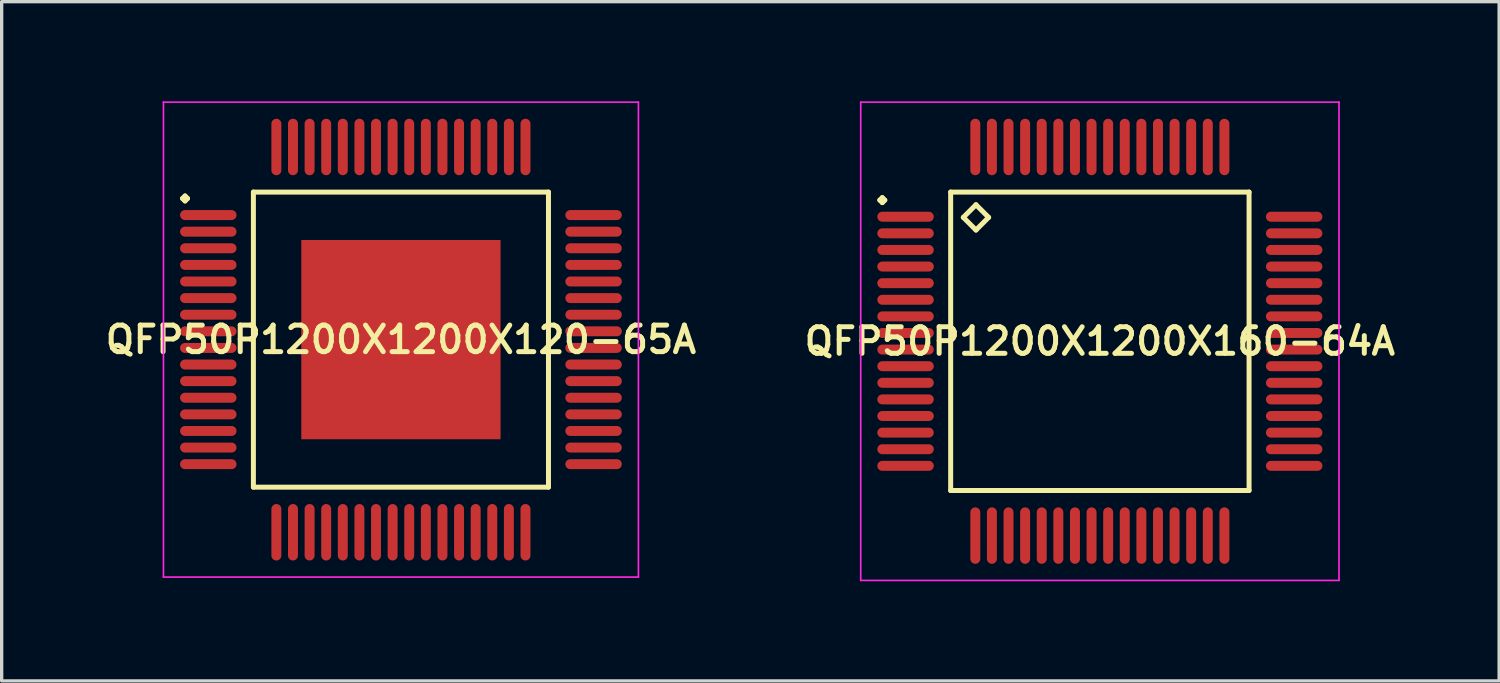
<source format=kicad_pcb>
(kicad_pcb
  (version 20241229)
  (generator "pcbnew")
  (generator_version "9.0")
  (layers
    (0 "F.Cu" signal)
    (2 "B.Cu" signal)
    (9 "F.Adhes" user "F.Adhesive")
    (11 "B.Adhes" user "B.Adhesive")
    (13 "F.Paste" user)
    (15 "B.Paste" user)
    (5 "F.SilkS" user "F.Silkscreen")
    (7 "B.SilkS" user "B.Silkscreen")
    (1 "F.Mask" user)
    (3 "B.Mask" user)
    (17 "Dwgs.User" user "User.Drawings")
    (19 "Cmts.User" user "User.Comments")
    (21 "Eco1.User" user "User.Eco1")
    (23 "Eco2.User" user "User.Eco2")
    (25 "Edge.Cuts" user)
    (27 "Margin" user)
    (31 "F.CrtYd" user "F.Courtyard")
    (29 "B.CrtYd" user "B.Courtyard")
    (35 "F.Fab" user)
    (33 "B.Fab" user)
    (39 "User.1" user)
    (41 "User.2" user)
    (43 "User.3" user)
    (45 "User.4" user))
  (footprint "QFP50P1200X1200X160-64A"
    (layer "F.Cu")
    (at 30.064 7.225)
    (property "Reference" "QFP50P1200X1200X160-64A" (at 0 0 0) (layer "F.SilkS") (effects (font (size 0.8 0.8) (thickness 0.15))))
    (attr smd)
    (fp_line (start -6.625 -4.25) (end -6.55 -4.325) (stroke (width 0.15) (type solid)) (layer "F.SilkS"))
    (fp_line (start -6.55 -4.325) (end -6.475 -4.25) (stroke (width 0.15) (type solid)) (layer "F.SilkS"))
    (fp_line (start -6.55 -4.175) (end -6.625 -4.25) (stroke (width 0.15) (type solid)) (layer "F.SilkS"))
    (fp_line (start -6.475 -4.25) (end -6.55 -4.175) (stroke (width 0.15) (type solid)) (layer "F.SilkS"))
    (fp_line (start -4.492 -4.492) (end -4.492 4.492) (stroke (width 0.15) (type solid)) (layer "F.SilkS"))
    (fp_line (start -4.492 4.492) (end 4.492 4.492) (stroke (width 0.15) (type solid)) (layer "F.SilkS"))
    (fp_line (start -4.111 -3.73) (end -3.73 -4.111) (stroke (width 0.15) (type solid)) (layer "F.SilkS"))
    (fp_line (start -3.73 -4.111) (end -3.349 -3.73) (stroke (width 0.15) (type solid)) (layer "F.SilkS"))
    (fp_line (start -3.73 -3.349) (end -4.111 -3.73) (stroke (width 0.15) (type solid)) (layer "F.SilkS"))
    (fp_line (start -3.349 -3.73) (end -3.73 -3.349) (stroke (width 0.15) (type solid)) (layer "F.SilkS"))
    (fp_line (start 4.492 -4.492) (end -4.492 -4.492) (stroke (width 0.15) (type solid)) (layer "F.SilkS"))
    (fp_line (start 4.492 4.492) (end 4.492 -4.492) (stroke (width 0.15) (type solid)) (layer "F.SilkS"))
    (fp_line (start -7.2 -7.2) (end 7.2 -7.2) (stroke (width 0.05) (type solid)) (layer "F.CrtYd"))
    (fp_line (start -7.2 7.2) (end -7.2 -7.2) (stroke (width 0.05) (type solid)) (layer "F.CrtYd"))
    (fp_line (start 7.2 -7.2) (end 7.2 7.2) (stroke (width 0.05) (type solid)) (layer "F.CrtYd"))
    (fp_line (start 7.2 7.2) (end -7.2 7.2) (stroke (width 0.05) (type solid)) (layer "F.CrtYd"))
    (pad "1" smd oval (at -5.85 -3.75) (size 1.7 0.3) (layers "F.Cu" "F.Mask" "F.Paste"))
    (pad "2" smd oval (at -5.85 -3.25) (size 1.7 0.3) (layers "F.Cu" "F.Mask" "F.Paste"))
    (pad "3" smd oval (at -5.85 -2.75) (size 1.7 0.3) (layers "F.Cu" "F.Mask" "F.Paste"))
    (pad "4" smd oval (at -5.85 -2.25) (size 1.7 0.3) (layers "F.Cu" "F.Mask" "F.Paste"))
    (pad "5" smd oval (at -5.85 -1.75) (size 1.7 0.3) (layers "F.Cu" "F.Mask" "F.Paste"))
    (pad "6" smd oval (at -5.85 -1.25) (size 1.7 0.3) (layers "F.Cu" "F.Mask" "F.Paste"))
    (pad "7" smd oval (at -5.85 -0.75) (size 1.7 0.3) (layers "F.Cu" "F.Mask" "F.Paste"))
    (pad "8" smd oval (at -5.85 -0.25) (size 1.7 0.3) (layers "F.Cu" "F.Mask" "F.Paste"))
    (pad "9" smd oval (at -5.85 0.25) (size 1.7 0.3) (layers "F.Cu" "F.Mask" "F.Paste"))
    (pad "10" smd oval (at -5.85 0.75) (size 1.7 0.3) (layers "F.Cu" "F.Mask" "F.Paste"))
    (pad "11" smd oval (at -5.85 1.25) (size 1.7 0.3) (layers "F.Cu" "F.Mask" "F.Paste"))
    (pad "12" smd oval (at -5.85 1.75) (size 1.7 0.3) (layers "F.Cu" "F.Mask" "F.Paste"))
    (pad "13" smd oval (at -5.85 2.25) (size 1.7 0.3) (layers "F.Cu" "F.Mask" "F.Paste"))
    (pad "14" smd oval (at -5.85 2.75) (size 1.7 0.3) (layers "F.Cu" "F.Mask" "F.Paste"))
    (pad "15" smd oval (at -5.85 3.25) (size 1.7 0.3) (layers "F.Cu" "F.Mask" "F.Paste"))
    (pad "16" smd oval (at -5.85 3.75) (size 1.7 0.3) (layers "F.Cu" "F.Mask" "F.Paste"))
    (pad "17" smd oval (at -3.75 5.85) (size 0.3 1.7) (layers "F.Cu" "F.Mask" "F.Paste"))
    (pad "18" smd oval (at -3.25 5.85) (size 0.3 1.7) (layers "F.Cu" "F.Mask" "F.Paste"))
    (pad "19" smd oval (at -2.75 5.85) (size 0.3 1.7) (layers "F.Cu" "F.Mask" "F.Paste"))
    (pad "20" smd oval (at -2.25 5.85) (size 0.3 1.7) (layers "F.Cu" "F.Mask" "F.Paste"))
    (pad "21" smd oval (at -1.75 5.85) (size 0.3 1.7) (layers "F.Cu" "F.Mask" "F.Paste"))
    (pad "22" smd oval (at -1.25 5.85) (size 0.3 1.7) (layers "F.Cu" "F.Mask" "F.Paste"))
    (pad "23" smd oval (at -0.75 5.85) (size 0.3 1.7) (layers "F.Cu" "F.Mask" "F.Paste"))
    (pad "24" smd oval (at -0.25 5.85) (size 0.3 1.7) (layers "F.Cu" "F.Mask" "F.Paste"))
    (pad "25" smd oval (at 0.25 5.85) (size 0.3 1.7) (layers "F.Cu" "F.Mask" "F.Paste"))
    (pad "26" smd oval (at 0.75 5.85) (size 0.3 1.7) (layers "F.Cu" "F.Mask" "F.Paste"))
    (pad "27" smd oval (at 1.25 5.85) (size 0.3 1.7) (layers "F.Cu" "F.Mask" "F.Paste"))
    (pad "28" smd oval (at 1.75 5.85) (size 0.3 1.7) (layers "F.Cu" "F.Mask" "F.Paste"))
    (pad "29" smd oval (at 2.25 5.85) (size 0.3 1.7) (layers "F.Cu" "F.Mask" "F.Paste"))
    (pad "30" smd oval (at 2.75 5.85) (size 0.3 1.7) (layers "F.Cu" "F.Mask" "F.Paste"))
    (pad "31" smd oval (at 3.25 5.85) (size 0.3 1.7) (layers "F.Cu" "F.Mask" "F.Paste"))
    (pad "32" smd oval (at 3.75 5.85) (size 0.3 1.7) (layers "F.Cu" "F.Mask" "F.Paste"))
    (pad "33" smd oval (at 5.85 3.75) (size 1.7 0.3) (layers "F.Cu" "F.Mask" "F.Paste"))
    (pad "34" smd oval (at 5.85 3.25) (size 1.7 0.3) (layers "F.Cu" "F.Mask" "F.Paste"))
    (pad "35" smd oval (at 5.85 2.75) (size 1.7 0.3) (layers "F.Cu" "F.Mask" "F.Paste"))
    (pad "36" smd oval (at 5.85 2.25) (size 1.7 0.3) (layers "F.Cu" "F.Mask" "F.Paste"))
    (pad "37" smd oval (at 5.85 1.75) (size 1.7 0.3) (layers "F.Cu" "F.Mask" "F.Paste"))
    (pad "38" smd oval (at 5.85 1.25) (size 1.7 0.3) (layers "F.Cu" "F.Mask" "F.Paste"))
    (pad "39" smd oval (at 5.85 0.75) (size 1.7 0.3) (layers "F.Cu" "F.Mask" "F.Paste"))
    (pad "40" smd oval (at 5.85 0.25) (size 1.7 0.3) (layers "F.Cu" "F.Mask" "F.Paste"))
    (pad "41" smd oval (at 5.85 -0.25) (size 1.7 0.3) (layers "F.Cu" "F.Mask" "F.Paste"))
    (pad "42" smd oval (at 5.85 -0.75) (size 1.7 0.3) (layers "F.Cu" "F.Mask" "F.Paste"))
    (pad "43" smd oval (at 5.85 -1.25) (size 1.7 0.3) (layers "F.Cu" "F.Mask" "F.Paste"))
    (pad "44" smd oval (at 5.85 -1.75) (size 1.7 0.3) (layers "F.Cu" "F.Mask" "F.Paste"))
    (pad "45" smd oval (at 5.85 -2.25) (size 1.7 0.3) (layers "F.Cu" "F.Mask" "F.Paste"))
    (pad "46" smd oval (at 5.85 -2.75) (size 1.7 0.3) (layers "F.Cu" "F.Mask" "F.Paste"))
    (pad "47" smd oval (at 5.85 -3.25) (size 1.7 0.3) (layers "F.Cu" "F.Mask" "F.Paste"))
    (pad "48" smd oval (at 5.85 -3.75) (size 1.7 0.3) (layers "F.Cu" "F.Mask" "F.Paste"))
    (pad "49" smd oval (at 3.75 -5.85) (size 0.3 1.7) (layers "F.Cu" "F.Mask" "F.Paste"))
    (pad "50" smd oval (at 3.25 -5.85) (size 0.3 1.7) (layers "F.Cu" "F.Mask" "F.Paste"))
    (pad "51" smd oval (at 2.75 -5.85) (size 0.3 1.7) (layers "F.Cu" "F.Mask" "F.Paste"))
    (pad "52" smd oval (at 2.25 -5.85) (size 0.3 1.7) (layers "F.Cu" "F.Mask" "F.Paste"))
    (pad "53" smd oval (at 1.75 -5.85) (size 0.3 1.7) (layers "F.Cu" "F.Mask" "F.Paste"))
    (pad "54" smd oval (at 1.25 -5.85) (size 0.3 1.7) (layers "F.Cu" "F.Mask" "F.Paste"))
    (pad "55" smd oval (at 0.75 -5.85) (size 0.3 1.7) (layers "F.Cu" "F.Mask" "F.Paste"))
    (pad "56" smd oval (at 0.25 -5.85) (size 0.3 1.7) (layers "F.Cu" "F.Mask" "F.Paste"))
    (pad "57" smd oval (at -0.25 -5.85) (size 0.3 1.7) (layers "F.Cu" "F.Mask" "F.Paste"))
    (pad "58" smd oval (at -0.75 -5.85) (size 0.3 1.7) (layers "F.Cu" "F.Mask" "F.Paste"))
    (pad "59" smd oval (at -1.25 -5.85) (size 0.3 1.7) (layers "F.Cu" "F.Mask" "F.Paste"))
    (pad "60" smd oval (at -1.75 -5.85) (size 0.3 1.7) (layers "F.Cu" "F.Mask" "F.Paste"))
    (pad "61" smd oval (at -2.25 -5.85) (size 0.3 1.7) (layers "F.Cu" "F.Mask" "F.Paste"))
    (pad "62" smd oval (at -2.75 -5.85) (size 0.3 1.7) (layers "F.Cu" "F.Mask" "F.Paste"))
    (pad "63" smd oval (at -3.25 -5.85) (size 0.3 1.7) (layers "F.Cu" "F.Mask" "F.Paste"))
    (pad "64" smd oval (at -3.75 -5.85) (size 0.3 1.7) (layers "F.Cu" "F.Mask" "F.Paste")))
  (footprint "QFP50P1200X1200X120-65A"
    (layer "F.Cu")
    (at 9.021 7.175)
    (property "Reference" "QFP50P1200X1200X120-65A" (at 0 0 0) (layer "F.SilkS") (effects (font (size 0.8 0.8) (thickness 0.15))))
    (attr smd)
    (fp_line (start -6.575 -4.25) (end -6.5 -4.325) (stroke (width 0.15) (type solid)) (layer "F.SilkS"))
    (fp_line (start -6.5 -4.325) (end -6.425 -4.25) (stroke (width 0.15) (type solid)) (layer "F.SilkS"))
    (fp_line (start -6.5 -4.175) (end -6.575 -4.25) (stroke (width 0.15) (type solid)) (layer "F.SilkS"))
    (fp_line (start -6.425 -4.25) (end -6.5 -4.175) (stroke (width 0.15) (type solid)) (layer "F.SilkS"))
    (fp_line (start -4.442 -4.442) (end -4.442 4.442) (stroke (width 0.15) (type solid)) (layer "F.SilkS"))
    (fp_line (start -4.442 4.442) (end 4.442 4.442) (stroke (width 0.15) (type solid)) (layer "F.SilkS"))
    (fp_line (start 4.442 -4.442) (end -4.442 -4.442) (stroke (width 0.15) (type solid)) (layer "F.SilkS"))
    (fp_line (start 4.442 4.442) (end 4.442 -4.442) (stroke (width 0.15) (type solid)) (layer "F.SilkS"))
    (fp_line (start -7.15 -7.15) (end 7.15 -7.15) (stroke (width 0.05) (type solid)) (layer "F.CrtYd"))
    (fp_line (start -7.15 7.15) (end -7.15 -7.15) (stroke (width 0.05) (type solid)) (layer "F.CrtYd"))
    (fp_line (start 7.15 -7.15) (end 7.15 7.15) (stroke (width 0.05) (type solid)) (layer "F.CrtYd"))
    (fp_line (start 7.15 7.15) (end -7.15 7.15) (stroke (width 0.05) (type solid)) (layer "F.CrtYd"))
    (pad "1" smd oval (at -5.8 -3.75) (size 1.7 0.3) (layers "F.Cu" "F.Mask" "F.Paste"))
    (pad "2" smd oval (at -5.8 -3.25) (size 1.7 0.3) (layers "F.Cu" "F.Mask" "F.Paste"))
    (pad "3" smd oval (at -5.8 -2.75) (size 1.7 0.3) (layers "F.Cu" "F.Mask" "F.Paste"))
    (pad "4" smd oval (at -5.8 -2.25) (size 1.7 0.3) (layers "F.Cu" "F.Mask" "F.Paste"))
    (pad "5" smd oval (at -5.8 -1.75) (size 1.7 0.3) (layers "F.Cu" "F.Mask" "F.Paste"))
    (pad "6" smd oval (at -5.8 -1.25) (size 1.7 0.3) (layers "F.Cu" "F.Mask" "F.Paste"))
    (pad "7" smd oval (at -5.8 -0.75) (size 1.7 0.3) (layers "F.Cu" "F.Mask" "F.Paste"))
    (pad "8" smd oval (at -5.8 -0.25) (size 1.7 0.3) (layers "F.Cu" "F.Mask" "F.Paste"))
    (pad "9" smd oval (at -5.8 0.25) (size 1.7 0.3) (layers "F.Cu" "F.Mask" "F.Paste"))
    (pad "10" smd oval (at -5.8 0.75) (size 1.7 0.3) (layers "F.Cu" "F.Mask" "F.Paste"))
    (pad "11" smd oval (at -5.8 1.25) (size 1.7 0.3) (layers "F.Cu" "F.Mask" "F.Paste"))
    (pad "12" smd oval (at -5.8 1.75) (size 1.7 0.3) (layers "F.Cu" "F.Mask" "F.Paste"))
    (pad "13" smd oval (at -5.8 2.25) (size 1.7 0.3) (layers "F.Cu" "F.Mask" "F.Paste"))
    (pad "14" smd oval (at -5.8 2.75) (size 1.7 0.3) (layers "F.Cu" "F.Mask" "F.Paste"))
    (pad "15" smd oval (at -5.8 3.25) (size 1.7 0.3) (layers "F.Cu" "F.Mask" "F.Paste"))
    (pad "16" smd oval (at -5.8 3.75) (size 1.7 0.3) (layers "F.Cu" "F.Mask" "F.Paste"))
    (pad "17" smd oval (at -3.75 5.8) (size 0.3 1.7) (layers "F.Cu" "F.Mask" "F.Paste"))
    (pad "18" smd oval (at -3.25 5.8) (size 0.3 1.7) (layers "F.Cu" "F.Mask" "F.Paste"))
    (pad "19" smd oval (at -2.75 5.8) (size 0.3 1.7) (layers "F.Cu" "F.Mask" "F.Paste"))
    (pad "20" smd oval (at -2.25 5.8) (size 0.3 1.7) (layers "F.Cu" "F.Mask" "F.Paste"))
    (pad "21" smd oval (at -1.75 5.8) (size 0.3 1.7) (layers "F.Cu" "F.Mask" "F.Paste"))
    (pad "22" smd oval (at -1.25 5.8) (size 0.3 1.7) (layers "F.Cu" "F.Mask" "F.Paste"))
    (pad "23" smd oval (at -0.75 5.8) (size 0.3 1.7) (layers "F.Cu" "F.Mask" "F.Paste"))
    (pad "24" smd oval (at -0.25 5.8) (size 0.3 1.7) (layers "F.Cu" "F.Mask" "F.Paste"))
    (pad "25" smd oval (at 0.25 5.8) (size 0.3 1.7) (layers "F.Cu" "F.Mask" "F.Paste"))
    (pad "26" smd oval (at 0.75 5.8) (size 0.3 1.7) (layers "F.Cu" "F.Mask" "F.Paste"))
    (pad "27" smd oval (at 1.25 5.8) (size 0.3 1.7) (layers "F.Cu" "F.Mask" "F.Paste"))
    (pad "28" smd oval (at 1.75 5.8) (size 0.3 1.7) (layers "F.Cu" "F.Mask" "F.Paste"))
    (pad "29" smd oval (at 2.25 5.8) (size 0.3 1.7) (layers "F.Cu" "F.Mask" "F.Paste"))
    (pad "30" smd oval (at 2.75 5.8) (size 0.3 1.7) (layers "F.Cu" "F.Mask" "F.Paste"))
    (pad "31" smd oval (at 3.25 5.8) (size 0.3 1.7) (layers "F.Cu" "F.Mask" "F.Paste"))
    (pad "32" smd oval (at 3.75 5.8) (size 0.3 1.7) (layers "F.Cu" "F.Mask" "F.Paste"))
    (pad "33" smd oval (at 5.8 3.75) (size 1.7 0.3) (layers "F.Cu" "F.Mask" "F.Paste"))
    (pad "34" smd oval (at 5.8 3.25) (size 1.7 0.3) (layers "F.Cu" "F.Mask" "F.Paste"))
    (pad "35" smd oval (at 5.8 2.75) (size 1.7 0.3) (layers "F.Cu" "F.Mask" "F.Paste"))
    (pad "36" smd oval (at 5.8 2.25) (size 1.7 0.3) (layers "F.Cu" "F.Mask" "F.Paste"))
    (pad "37" smd oval (at 5.8 1.75) (size 1.7 0.3) (layers "F.Cu" "F.Mask" "F.Paste"))
    (pad "38" smd oval (at 5.8 1.25) (size 1.7 0.3) (layers "F.Cu" "F.Mask" "F.Paste"))
    (pad "39" smd oval (at 5.8 0.75) (size 1.7 0.3) (layers "F.Cu" "F.Mask" "F.Paste"))
    (pad "40" smd oval (at 5.8 0.25) (size 1.7 0.3) (layers "F.Cu" "F.Mask" "F.Paste"))
    (pad "41" smd oval (at 5.8 -0.25) (size 1.7 0.3) (layers "F.Cu" "F.Mask" "F.Paste"))
    (pad "42" smd oval (at 5.8 -0.75) (size 1.7 0.3) (layers "F.Cu" "F.Mask" "F.Paste"))
    (pad "43" smd oval (at 5.8 -1.25) (size 1.7 0.3) (layers "F.Cu" "F.Mask" "F.Paste"))
    (pad "44" smd oval (at 5.8 -1.75) (size 1.7 0.3) (layers "F.Cu" "F.Mask" "F.Paste"))
    (pad "45" smd oval (at 5.8 -2.25) (size 1.7 0.3) (layers "F.Cu" "F.Mask" "F.Paste"))
    (pad "46" smd oval (at 5.8 -2.75) (size 1.7 0.3) (layers "F.Cu" "F.Mask" "F.Paste"))
    (pad "47" smd oval (at 5.8 -3.25) (size 1.7 0.3) (layers "F.Cu" "F.Mask" "F.Paste"))
    (pad "48" smd oval (at 5.8 -3.75) (size 1.7 0.3) (layers "F.Cu" "F.Mask" "F.Paste"))
    (pad "49" smd oval (at 3.75 -5.8) (size 0.3 1.7) (layers "F.Cu" "F.Mask" "F.Paste"))
    (pad "50" smd oval (at 3.25 -5.8) (size 0.3 1.7) (layers "F.Cu" "F.Mask" "F.Paste"))
    (pad "51" smd oval (at 2.75 -5.8) (size 0.3 1.7) (layers "F.Cu" "F.Mask" "F.Paste"))
    (pad "52" smd oval (at 2.25 -5.8) (size 0.3 1.7) (layers "F.Cu" "F.Mask" "F.Paste"))
    (pad "53" smd oval (at 1.75 -5.8) (size 0.3 1.7) (layers "F.Cu" "F.Mask" "F.Paste"))
    (pad "54" smd oval (at 1.25 -5.8) (size 0.3 1.7) (layers "F.Cu" "F.Mask" "F.Paste"))
    (pad "55" smd oval (at 0.75 -5.8) (size 0.3 1.7) (layers "F.Cu" "F.Mask" "F.Paste"))
    (pad "56" smd oval (at 0.25 -5.8) (size 0.3 1.7) (layers "F.Cu" "F.Mask" "F.Paste"))
    (pad "57" smd oval (at -0.25 -5.8) (size 0.3 1.7) (layers "F.Cu" "F.Mask" "F.Paste"))
    (pad "58" smd oval (at -0.75 -5.8) (size 0.3 1.7) (layers "F.Cu" "F.Mask" "F.Paste"))
    (pad "59" smd oval (at -1.25 -5.8) (size 0.3 1.7) (layers "F.Cu" "F.Mask" "F.Paste"))
    (pad "60" smd oval (at -1.75 -5.8) (size 0.3 1.7) (layers "F.Cu" "F.Mask" "F.Paste"))
    (pad "61" smd oval (at -2.25 -5.8) (size 0.3 1.7) (layers "F.Cu" "F.Mask" "F.Paste"))
    (pad "62" smd oval (at -2.75 -5.8) (size 0.3 1.7) (layers "F.Cu" "F.Mask" "F.Paste"))
    (pad "63" smd oval (at -3.25 -5.8) (size 0.3 1.7) (layers "F.Cu" "F.Mask" "F.Paste"))
    (pad "64" smd oval (at -3.75 -5.8) (size 0.3 1.7) (layers "F.Cu" "F.Mask" "F.Paste"))
    (pad "65" smd rect (at 0 0) (size 6 6) (layers "F.Cu" "F.Mask" "F.Paste")))
  (gr_rect
    (start -3 -3)
    (end 42.085 17.45)
    (stroke (width 0.1) (type default))
    (fill no)
    (layer "Edge.Cuts")))
</source>
